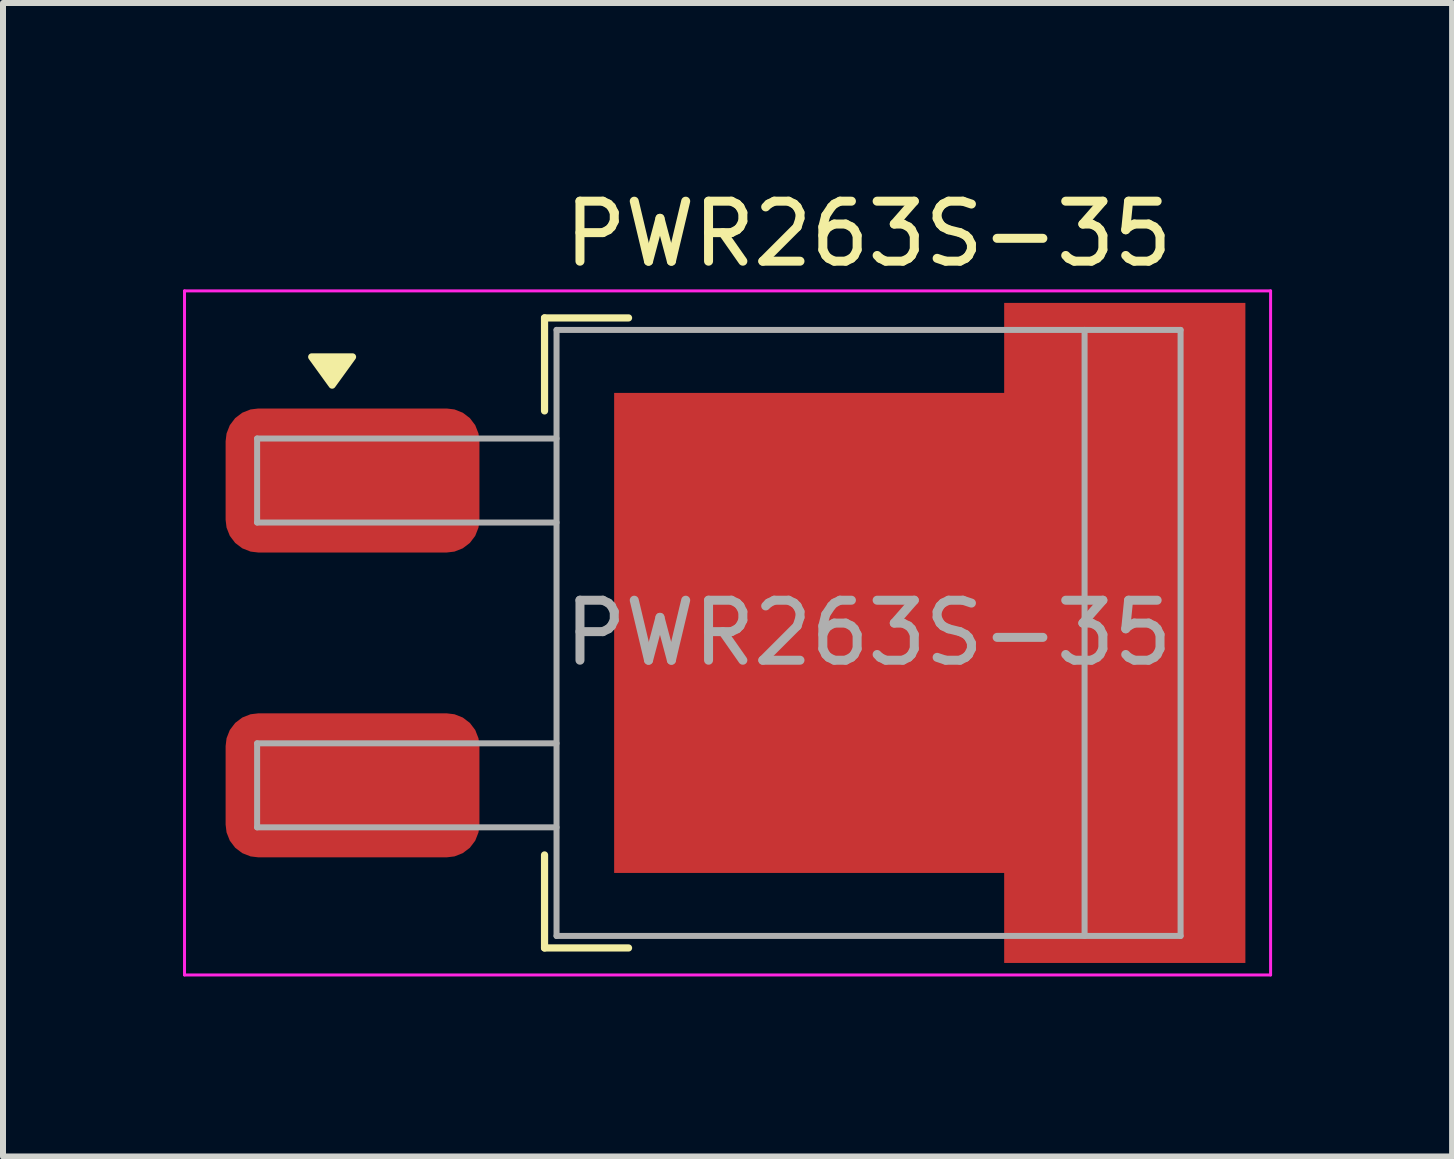
<source format=kicad_pcb>
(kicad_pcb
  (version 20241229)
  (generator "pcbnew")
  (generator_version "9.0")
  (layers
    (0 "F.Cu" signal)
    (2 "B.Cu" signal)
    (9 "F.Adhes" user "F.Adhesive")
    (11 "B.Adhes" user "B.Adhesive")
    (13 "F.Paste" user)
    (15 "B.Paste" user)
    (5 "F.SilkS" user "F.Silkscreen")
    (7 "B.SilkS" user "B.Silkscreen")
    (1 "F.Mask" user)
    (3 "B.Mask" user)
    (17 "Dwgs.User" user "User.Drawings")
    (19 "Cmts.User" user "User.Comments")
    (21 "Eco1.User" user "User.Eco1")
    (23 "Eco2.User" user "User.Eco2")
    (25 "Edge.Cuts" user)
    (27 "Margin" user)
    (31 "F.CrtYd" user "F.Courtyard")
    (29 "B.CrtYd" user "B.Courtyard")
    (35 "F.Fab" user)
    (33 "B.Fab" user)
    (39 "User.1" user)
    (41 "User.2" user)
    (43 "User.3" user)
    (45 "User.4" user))
  (footprint "PWR263S-35"
    (layer "F.Cu")
    (at 11.425 7.498)
    (property "Reference" "PWR263S-35" (at 0 -6.65 0) (layer "F.SilkS") (effects (font (size 1 1) (thickness 0.15))))
    (attr smd)
    (fp_line (start -5.4 -5.25) (end -5.4 -3.7) (stroke (width 0.12) (type solid)) (layer "F.SilkS"))
    (fp_line (start -5.4 5.25) (end -5.4 3.7) (stroke (width 0.12) (type solid)) (layer "F.SilkS"))
    (fp_line (start -4 -5.25) (end -5.4 -5.25) (stroke (width 0.12) (type solid)) (layer "F.SilkS"))
    (fp_line (start -4 5.25) (end -5.4 5.25) (stroke (width 0.12) (type solid)) (layer "F.SilkS"))
    (fp_poly (pts (xy -8.94 -4.13) (xy -9.28 -4.6) (xy -8.6 -4.6) (xy -8.94 -4.13)) (stroke (width 0.12) (type solid)) (fill yes) (layer "F.SilkS"))
    (fp_line (start -11.4 -5.7) (end -11.4 5.7) (stroke (width 0.05) (type solid)) (layer "F.CrtYd"))
    (fp_line (start -11.4 5.7) (end 6.7 5.7) (stroke (width 0.05) (type solid)) (layer "F.CrtYd"))
    (fp_line (start 6.7 -5.7) (end -11.4 -5.7) (stroke (width 0.05) (type solid)) (layer "F.CrtYd"))
    (fp_line (start 6.7 5.7) (end 6.7 -5.7) (stroke (width 0.05) (type solid)) (layer "F.CrtYd"))
    (fp_line (start -10.19 -3.24) (end -10.19 -1.84) (stroke (width 0.1) (type default)) (layer "F.Fab"))
    (fp_line (start -10.19 -1.84) (end -5.2 -1.84) (stroke (width 0.1) (type solid)) (layer "F.Fab"))
    (fp_line (start -10.19 1.84) (end -10.19 3.24) (stroke (width 0.1) (type default)) (layer "F.Fab"))
    (fp_line (start -10.19 3.24) (end -5.2 3.24) (stroke (width 0.1) (type solid)) (layer "F.Fab"))
    (fp_line (start -5.2 -5.05) (end 5.2 -5.05) (stroke (width 0.1) (type default)) (layer "F.Fab"))
    (fp_line (start -5.2 -3.24) (end -10.19 -3.24) (stroke (width 0.1) (type solid)) (layer "F.Fab"))
    (fp_line (start -5.2 1.84) (end -10.19 1.84) (stroke (width 0.1) (type solid)) (layer "F.Fab"))
    (fp_line (start -5.2 5.05) (end -5.2 -5.05) (stroke (width 0.1) (type solid)) (layer "F.Fab"))
    (fp_line (start -5.2 5.05) (end 5.2 5.05) (stroke (width 0.1) (type default)) (layer "F.Fab"))
    (fp_line (start 3.6 -5.05) (end 3.6 5.05) (stroke (width 0.1) (type solid)) (layer "F.Fab"))
    (fp_line (start 5.2 -5.05) (end 5.2 5.05) (stroke (width 0.1) (type solid)) (layer "F.Fab"))
    (fp_text user "${REFERENCE}" (at 0 0 0) (layer "F.Fab") (effects (font (size 1 1) (thickness 0.15))))
    (pad "1" smd roundrect (at -8.6 -2.54) (size 4.23 2.4) (layers "F.Cu" "F.Mask" "F.Paste") (roundrect_rratio 0.227))
    (pad "2" smd roundrect (at -8.6 2.54) (size 4.23 2.4) (layers "F.Cu" "F.Mask" "F.Paste") (roundrect_rratio 0.227))
    (pad "3" smd custom (at 1.02 0) (size 8 8) (layers "F.Cu" "F.Mask" "F.Paste") (options (anchor circle)) (primitives (gr_poly (pts (xy 5.26 -5.5) (xy 5.26 5.5) (xy 1.24 5.5) (xy 1.24 4) (xy -5.26 4) (xy -5.26 -4) (xy 1.24 -4) (xy 1.24 -5.5)) (width 0) (fill yes)))))
  (gr_rect
    (start -3 -3)
    (end 21.15 16.223)
    (stroke (width 0.1) (type default))
    (fill no)
    (layer "Edge.Cuts")))
</source>
